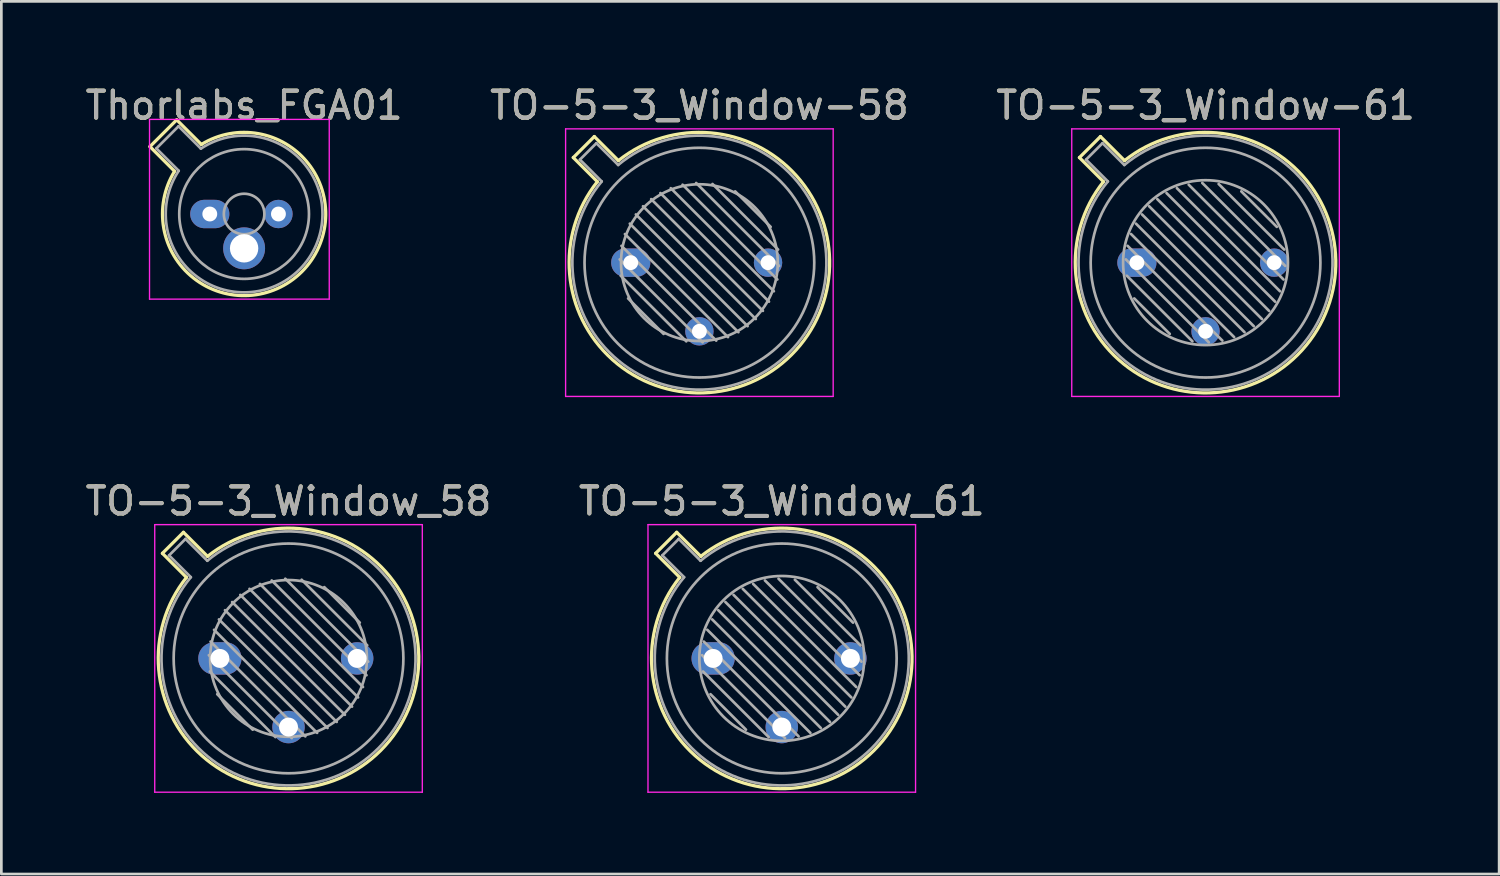
<source format=kicad_pcb>
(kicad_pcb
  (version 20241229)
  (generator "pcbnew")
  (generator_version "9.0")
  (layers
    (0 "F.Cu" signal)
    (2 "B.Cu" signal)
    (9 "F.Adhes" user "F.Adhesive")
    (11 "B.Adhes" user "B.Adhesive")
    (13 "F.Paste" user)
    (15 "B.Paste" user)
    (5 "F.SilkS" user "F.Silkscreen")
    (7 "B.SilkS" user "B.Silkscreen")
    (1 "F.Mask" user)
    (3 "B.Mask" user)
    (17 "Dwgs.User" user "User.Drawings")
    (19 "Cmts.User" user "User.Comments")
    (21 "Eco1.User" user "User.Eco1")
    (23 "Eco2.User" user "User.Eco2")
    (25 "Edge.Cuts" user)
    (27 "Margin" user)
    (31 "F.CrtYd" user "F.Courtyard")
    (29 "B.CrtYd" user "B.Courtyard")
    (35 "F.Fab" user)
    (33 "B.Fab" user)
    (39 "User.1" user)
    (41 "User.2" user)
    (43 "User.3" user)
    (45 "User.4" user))
  (footprint "TO-5-3_Window-61"
    (layer "F.Cu")
    (at 39.014 6.668)
    (property "Reference" "TO-5-3_Window-61" (at 2.54 -5.82 0) (layer "F.SilkS") (effects (font (size 1 1) (thickness 0.15))))
    (attr through_hole)
    (fp_line (start -2.126 -3.888) (end -1.235 -2.997) (stroke (width 0.12) (type solid)) (layer "F.SilkS"))
    (fp_line (start -1.348 -4.666) (end -2.126 -3.888) (stroke (width 0.12) (type solid)) (layer "F.SilkS"))
    (fp_line (start -0.457 -3.775) (end -1.348 -4.666) (stroke (width 0.12) (type solid)) (layer "F.SilkS"))
    (fp_arc (start -0.457084 -3.774902) (mid 5.948125 3.408384) (end -1.234674 -2.997371) (stroke (width 0.12) (type solid)) (layer "F.SilkS"))
    (fp_line (start -2.41 -4.95) (end -2.41 4.95) (stroke (width 0.05) (type solid)) (layer "F.CrtYd"))
    (fp_line (start -2.41 4.95) (end 7.49 4.95) (stroke (width 0.05) (type solid)) (layer "F.CrtYd"))
    (fp_line (start 7.49 -4.95) (end -2.41 -4.95) (stroke (width 0.05) (type solid)) (layer "F.CrtYd"))
    (fp_line (start 7.49 4.95) (end 7.49 -4.95) (stroke (width 0.05) (type solid)) (layer "F.CrtYd"))
    (fp_line (start -1.88 -3.812) (end -1.074 -3.005) (stroke (width 0.1) (type solid)) (layer "F.Fab"))
    (fp_line (start -1.272 -4.42) (end -1.88 -3.812) (stroke (width 0.1) (type solid)) (layer "F.Fab"))
    (fp_line (start -0.465 -3.614) (end -1.272 -4.42) (stroke (width 0.1) (type solid)) (layer "F.Fab"))
    (fp_line (start -0.408 -0.12) (end 2.66 2.948) (stroke (width 0.1) (type solid)) (layer "F.Fab"))
    (fp_line (start -0.371 0.485) (end 2.055 2.911) (stroke (width 0.1) (type solid)) (layer "F.Fab"))
    (fp_line (start -0.344 -0.622) (end 3.162 2.884) (stroke (width 0.1) (type solid)) (layer "F.Fab"))
    (fp_line (start -0.215 -1.058) (end 3.598 2.755) (stroke (width 0.1) (type solid)) (layer "F.Fab"))
    (fp_line (start -0.097 1.324) (end 1.216 2.637) (stroke (width 0.1) (type solid)) (layer "F.Fab"))
    (fp_line (start -0.034 -1.443) (end 3.983 2.574) (stroke (width 0.1) (type solid)) (layer "F.Fab"))
    (fp_line (start 0.19 -1.784) (end 4.324 2.35) (stroke (width 0.1) (type solid)) (layer "F.Fab"))
    (fp_line (start 0.454 -2.086) (end 4.626 2.086) (stroke (width 0.1) (type solid)) (layer "F.Fab"))
    (fp_line (start 0.756 -2.35) (end 4.89 1.784) (stroke (width 0.1) (type solid)) (layer "F.Fab"))
    (fp_line (start 1.097 -2.574) (end 5.114 1.443) (stroke (width 0.1) (type solid)) (layer "F.Fab"))
    (fp_line (start 1.482 -2.755) (end 5.295 1.058) (stroke (width 0.1) (type solid)) (layer "F.Fab"))
    (fp_line (start 1.918 -2.884) (end 5.424 0.622) (stroke (width 0.1) (type solid)) (layer "F.Fab"))
    (fp_line (start 2.42 -2.948) (end 5.488 0.12) (stroke (width 0.1) (type solid)) (layer "F.Fab"))
    (fp_line (start 3.025 -2.911) (end 5.451 -0.485) (stroke (width 0.1) (type solid)) (layer "F.Fab"))
    (fp_line (start 3.864 -2.637) (end 5.177 -1.324) (stroke (width 0.1) (type solid)) (layer "F.Fab"))
    (fp_arc (start -0.465408 -3.61352) (mid 5.863443 3.323361) (end -1.073594 -3.005319) (stroke (width 0.1) (type solid)) (layer "F.Fab"))
    (fp_circle (center 2.54 0) (end 5.59 0) (stroke (width 0.1) (type solid)) (fill no) (layer "F.Fab"))
    (fp_circle (center 2.54 0) (end 6.79 0) (stroke (width 0.1) (type solid)) (fill no) (layer "F.Fab"))
    (fp_text user "${REFERENCE}" (at 2.54 -5.82 0) (layer "F.Fab") (effects (font (size 1 1) (thickness 0.15))))
    (pad "1" thru_hole oval (at 0 0) (size 1.45 1.05) (drill 0.55) (layers "*.Cu" "*.Mask"))
    (pad "2" thru_hole oval (at 2.54 2.54) (size 1.05 1.05) (drill 0.55) (layers "*.Cu" "*.Mask"))
    (pad "3" thru_hole oval (at 5.08 0) (size 1.05 1.05) (drill 0.55) (layers "*.Cu" "*.Mask")))
  (footprint "TO-5-3_Window_58"
    (layer "F.Cu")
    (at 5.085 21.311)
    (property "Reference" "TO-5-3_Window_58" (at 2.54 -5.82 0) (layer "F.SilkS") (effects (font (size 1 1) (thickness 0.15))))
    (attr through_hole)
    (fp_line (start -2.126 -3.888) (end -1.235 -2.997) (stroke (width 0.12) (type solid)) (layer "F.SilkS"))
    (fp_line (start -1.348 -4.666) (end -2.126 -3.888) (stroke (width 0.12) (type solid)) (layer "F.SilkS"))
    (fp_line (start -0.457 -3.775) (end -1.348 -4.666) (stroke (width 0.12) (type solid)) (layer "F.SilkS"))
    (fp_arc (start -0.457084 -3.774902) (mid 5.948125 3.408384) (end -1.234674 -2.997371) (stroke (width 0.12) (type solid)) (layer "F.SilkS"))
    (fp_line (start -2.41 -4.95) (end -2.41 4.95) (stroke (width 0.05) (type solid)) (layer "F.CrtYd"))
    (fp_line (start -2.41 4.95) (end 7.49 4.95) (stroke (width 0.05) (type solid)) (layer "F.CrtYd"))
    (fp_line (start 7.49 -4.95) (end -2.41 -4.95) (stroke (width 0.05) (type solid)) (layer "F.CrtYd"))
    (fp_line (start 7.49 4.95) (end 7.49 -4.95) (stroke (width 0.05) (type solid)) (layer "F.CrtYd"))
    (fp_line (start -1.88 -3.812) (end -1.074 -3.005) (stroke (width 0.1) (type solid)) (layer "F.Fab"))
    (fp_line (start -1.272 -4.42) (end -1.88 -3.812) (stroke (width 0.1) (type solid)) (layer "F.Fab"))
    (fp_line (start -0.465 -3.614) (end -1.272 -4.42) (stroke (width 0.1) (type solid)) (layer "F.Fab"))
    (fp_line (start -0.408 -0.12) (end 2.66 2.948) (stroke (width 0.1) (type solid)) (layer "F.Fab"))
    (fp_line (start -0.371 0.485) (end 2.055 2.911) (stroke (width 0.1) (type solid)) (layer "F.Fab"))
    (fp_line (start -0.344 -0.622) (end 3.162 2.884) (stroke (width 0.1) (type solid)) (layer "F.Fab"))
    (fp_line (start -0.215 -1.058) (end 3.598 2.755) (stroke (width 0.1) (type solid)) (layer "F.Fab"))
    (fp_line (start -0.097 1.324) (end 1.216 2.637) (stroke (width 0.1) (type solid)) (layer "F.Fab"))
    (fp_line (start -0.034 -1.443) (end 3.983 2.574) (stroke (width 0.1) (type solid)) (layer "F.Fab"))
    (fp_line (start 0.19 -1.784) (end 4.324 2.35) (stroke (width 0.1) (type solid)) (layer "F.Fab"))
    (fp_line (start 0.454 -2.086) (end 4.626 2.086) (stroke (width 0.1) (type solid)) (layer "F.Fab"))
    (fp_line (start 0.756 -2.35) (end 4.89 1.784) (stroke (width 0.1) (type solid)) (layer "F.Fab"))
    (fp_line (start 1.097 -2.574) (end 5.114 1.443) (stroke (width 0.1) (type solid)) (layer "F.Fab"))
    (fp_line (start 1.482 -2.755) (end 5.295 1.058) (stroke (width 0.1) (type solid)) (layer "F.Fab"))
    (fp_line (start 1.918 -2.884) (end 5.424 0.622) (stroke (width 0.1) (type solid)) (layer "F.Fab"))
    (fp_line (start 2.42 -2.948) (end 5.488 0.12) (stroke (width 0.1) (type solid)) (layer "F.Fab"))
    (fp_line (start 3.025 -2.911) (end 5.451 -0.485) (stroke (width 0.1) (type solid)) (layer "F.Fab"))
    (fp_line (start 3.864 -2.637) (end 5.177 -1.324) (stroke (width 0.1) (type solid)) (layer "F.Fab"))
    (fp_arc (start -0.465408 -3.61352) (mid 5.863443 3.323361) (end -1.073594 -3.005319) (stroke (width 0.1) (type solid)) (layer "F.Fab"))
    (fp_circle (center 2.54 0) (end 5.44 0) (stroke (width 0.1) (type solid)) (fill no) (layer "F.Fab"))
    (fp_circle (center 2.54 0) (end 6.79 0) (stroke (width 0.1) (type solid)) (fill no) (layer "F.Fab"))
    (fp_text user "${REFERENCE}" (at 2.54 -5.82 0) (layer "F.Fab") (effects (font (size 1 1) (thickness 0.15))))
    (pad "1" thru_hole oval (at 0 0) (size 1.6 1.2) (drill 0.7) (layers "*.Cu" "*.Mask"))
    (pad "2" thru_hole oval (at 2.54 2.54) (size 1.2 1.2) (drill 0.7) (layers "*.Cu" "*.Mask"))
    (pad "3" thru_hole oval (at 5.08 0) (size 1.2 1.2) (drill 0.7) (layers "*.Cu" "*.Mask")))
  (footprint "TO-5-3_Window_61"
    (layer "F.Cu")
    (at 23.335 21.311)
    (property "Reference" "TO-5-3_Window_61" (at 2.54 -5.82 0) (layer "F.SilkS") (effects (font (size 1 1) (thickness 0.15))))
    (attr through_hole)
    (fp_line (start -2.126 -3.888) (end -1.235 -2.997) (stroke (width 0.12) (type solid)) (layer "F.SilkS"))
    (fp_line (start -1.348 -4.666) (end -2.126 -3.888) (stroke (width 0.12) (type solid)) (layer "F.SilkS"))
    (fp_line (start -0.457 -3.775) (end -1.348 -4.666) (stroke (width 0.12) (type solid)) (layer "F.SilkS"))
    (fp_arc (start -0.457084 -3.774902) (mid 5.948125 3.408384) (end -1.234674 -2.997371) (stroke (width 0.12) (type solid)) (layer "F.SilkS"))
    (fp_line (start -2.41 -4.95) (end -2.41 4.95) (stroke (width 0.05) (type solid)) (layer "F.CrtYd"))
    (fp_line (start -2.41 4.95) (end 7.49 4.95) (stroke (width 0.05) (type solid)) (layer "F.CrtYd"))
    (fp_line (start 7.49 -4.95) (end -2.41 -4.95) (stroke (width 0.05) (type solid)) (layer "F.CrtYd"))
    (fp_line (start 7.49 4.95) (end 7.49 -4.95) (stroke (width 0.05) (type solid)) (layer "F.CrtYd"))
    (fp_line (start -1.88 -3.812) (end -1.074 -3.005) (stroke (width 0.1) (type solid)) (layer "F.Fab"))
    (fp_line (start -1.272 -4.42) (end -1.88 -3.812) (stroke (width 0.1) (type solid)) (layer "F.Fab"))
    (fp_line (start -0.465 -3.614) (end -1.272 -4.42) (stroke (width 0.1) (type solid)) (layer "F.Fab"))
    (fp_line (start -0.408 -0.12) (end 2.66 2.948) (stroke (width 0.1) (type solid)) (layer "F.Fab"))
    (fp_line (start -0.371 0.485) (end 2.055 2.911) (stroke (width 0.1) (type solid)) (layer "F.Fab"))
    (fp_line (start -0.344 -0.622) (end 3.162 2.884) (stroke (width 0.1) (type solid)) (layer "F.Fab"))
    (fp_line (start -0.215 -1.058) (end 3.598 2.755) (stroke (width 0.1) (type solid)) (layer "F.Fab"))
    (fp_line (start -0.097 1.324) (end 1.216 2.637) (stroke (width 0.1) (type solid)) (layer "F.Fab"))
    (fp_line (start -0.034 -1.443) (end 3.983 2.574) (stroke (width 0.1) (type solid)) (layer "F.Fab"))
    (fp_line (start 0.19 -1.784) (end 4.324 2.35) (stroke (width 0.1) (type solid)) (layer "F.Fab"))
    (fp_line (start 0.454 -2.086) (end 4.626 2.086) (stroke (width 0.1) (type solid)) (layer "F.Fab"))
    (fp_line (start 0.756 -2.35) (end 4.89 1.784) (stroke (width 0.1) (type solid)) (layer "F.Fab"))
    (fp_line (start 1.097 -2.574) (end 5.114 1.443) (stroke (width 0.1) (type solid)) (layer "F.Fab"))
    (fp_line (start 1.482 -2.755) (end 5.295 1.058) (stroke (width 0.1) (type solid)) (layer "F.Fab"))
    (fp_line (start 1.918 -2.884) (end 5.424 0.622) (stroke (width 0.1) (type solid)) (layer "F.Fab"))
    (fp_line (start 2.42 -2.948) (end 5.488 0.12) (stroke (width 0.1) (type solid)) (layer "F.Fab"))
    (fp_line (start 3.025 -2.911) (end 5.451 -0.485) (stroke (width 0.1) (type solid)) (layer "F.Fab"))
    (fp_line (start 3.864 -2.637) (end 5.177 -1.324) (stroke (width 0.1) (type solid)) (layer "F.Fab"))
    (fp_arc (start -0.465408 -3.61352) (mid 5.863443 3.323361) (end -1.073594 -3.005319) (stroke (width 0.1) (type solid)) (layer "F.Fab"))
    (fp_circle (center 2.54 0) (end 5.59 0) (stroke (width 0.1) (type solid)) (fill no) (layer "F.Fab"))
    (fp_circle (center 2.54 0) (end 6.79 0) (stroke (width 0.1) (type solid)) (fill no) (layer "F.Fab"))
    (fp_text user "${REFERENCE}" (at 2.54 -5.82 0) (layer "F.Fab") (effects (font (size 1 1) (thickness 0.15))))
    (pad "1" thru_hole oval (at 0 0) (size 1.6 1.2) (drill 0.7) (layers "*.Cu" "*.Mask"))
    (pad "2" thru_hole oval (at 2.54 2.54) (size 1.2 1.2) (drill 0.7) (layers "*.Cu" "*.Mask"))
    (pad "3" thru_hole oval (at 5.08 0) (size 1.2 1.2) (drill 0.7) (layers "*.Cu" "*.Mask")))
  (footprint "Thorlabs_FGA01"
    (layer "F.Cu")
    (at 4.712 4.868)
    (property "Reference" "Thorlabs_FGA01" (at 1.27 -4.02 0) (layer "F.SilkS") (effects (font (size 1 1) (thickness 0.15))))
    (attr through_hole)
    (fp_line (start -2.214 -2.494) (end -1.302 -1.582) (stroke (width 0.12) (type solid)) (layer "F.SilkS"))
    (fp_line (start -1.224 -3.484) (end -2.214 -2.494) (stroke (width 0.12) (type solid)) (layer "F.SilkS"))
    (fp_line (start -0.312 -2.572) (end -1.224 -3.484) (stroke (width 0.12) (type solid)) (layer "F.SilkS"))
    (fp_arc (start -0.312331 -2.572281) (mid 3.405374 2.135551) (end -1.30215 -1.582544) (stroke (width 0.12) (type solid)) (layer "F.SilkS"))
    (fp_line (start -2.23 -3.5) (end -2.23 3.15) (stroke (width 0.05) (type solid)) (layer "F.CrtYd"))
    (fp_line (start -2.23 3.15) (end 4.42 3.15) (stroke (width 0.05) (type solid)) (layer "F.CrtYd"))
    (fp_line (start 4.42 -3.5) (end -2.23 -3.5) (stroke (width 0.05) (type solid)) (layer "F.CrtYd"))
    (fp_line (start 4.42 3.15) (end 4.42 -3.5) (stroke (width 0.05) (type solid)) (layer "F.CrtYd"))
    (fp_line (start -1.977 -2.426) (end -1.149 -1.599) (stroke (width 0.1) (type solid)) (layer "F.Fab"))
    (fp_line (start -1.156 -3.247) (end -1.977 -2.426) (stroke (width 0.1) (type solid)) (layer "F.Fab"))
    (fp_line (start -0.329 -2.419) (end -1.156 -3.247) (stroke (width 0.1) (type solid)) (layer "F.Fab"))
    (fp_arc (start -0.329057 -2.419301) (mid 3.321076 2.050143) (end -1.150029 -1.597956) (stroke (width 0.1) (type solid)) (layer "F.Fab"))
    (fp_circle (center 1.27 0) (end 2.02 0) (stroke (width 0.1) (type solid)) (fill no) (layer "F.Fab"))
    (fp_circle (center 1.27 0) (end 3.67 0) (stroke (width 0.1) (type solid)) (fill no) (layer "F.Fab"))
    (fp_text user "${REFERENCE}" (at 1.27 -4.02 0) (layer "F.Fab") (effects (font (size 1 1) (thickness 0.15))))
    (pad "1" thru_hole oval (at 0 0) (size 1.45 1.05) (drill 0.55) (layers "*.Cu" "*.Mask"))
    (pad "2" thru_hole oval (at 1.27 1.27) (size 1.55 1.55) (drill 1.05) (layers "*.Cu" "*.Mask"))
    (pad "3" thru_hole oval (at 2.54 0) (size 1.05 1.05) (drill 0.55) (layers "*.Cu" "*.Mask")))
  (footprint "TO-5-3_Window-58"
    (layer "F.Cu")
    (at 20.287 6.668)
    (property "Reference" "TO-5-3_Window-58" (at 2.54 -5.82 0) (layer "F.SilkS") (effects (font (size 1 1) (thickness 0.15))))
    (attr through_hole)
    (fp_line (start -2.126 -3.888) (end -1.235 -2.997) (stroke (width 0.12) (type solid)) (layer "F.SilkS"))
    (fp_line (start -1.348 -4.666) (end -2.126 -3.888) (stroke (width 0.12) (type solid)) (layer "F.SilkS"))
    (fp_line (start -0.457 -3.775) (end -1.348 -4.666) (stroke (width 0.12) (type solid)) (layer "F.SilkS"))
    (fp_arc (start -0.457084 -3.774902) (mid 5.948125 3.408384) (end -1.234674 -2.997371) (stroke (width 0.12) (type solid)) (layer "F.SilkS"))
    (fp_line (start -2.41 -4.95) (end -2.41 4.95) (stroke (width 0.05) (type solid)) (layer "F.CrtYd"))
    (fp_line (start -2.41 4.95) (end 7.49 4.95) (stroke (width 0.05) (type solid)) (layer "F.CrtYd"))
    (fp_line (start 7.49 -4.95) (end -2.41 -4.95) (stroke (width 0.05) (type solid)) (layer "F.CrtYd"))
    (fp_line (start 7.49 4.95) (end 7.49 -4.95) (stroke (width 0.05) (type solid)) (layer "F.CrtYd"))
    (fp_line (start -1.88 -3.812) (end -1.074 -3.005) (stroke (width 0.1) (type solid)) (layer "F.Fab"))
    (fp_line (start -1.272 -4.42) (end -1.88 -3.812) (stroke (width 0.1) (type solid)) (layer "F.Fab"))
    (fp_line (start -0.465 -3.614) (end -1.272 -4.42) (stroke (width 0.1) (type solid)) (layer "F.Fab"))
    (fp_line (start -0.408 -0.12) (end 2.66 2.948) (stroke (width 0.1) (type solid)) (layer "F.Fab"))
    (fp_line (start -0.371 0.485) (end 2.055 2.911) (stroke (width 0.1) (type solid)) (layer "F.Fab"))
    (fp_line (start -0.344 -0.622) (end 3.162 2.884) (stroke (width 0.1) (type solid)) (layer "F.Fab"))
    (fp_line (start -0.215 -1.058) (end 3.598 2.755) (stroke (width 0.1) (type solid)) (layer "F.Fab"))
    (fp_line (start -0.097 1.324) (end 1.216 2.637) (stroke (width 0.1) (type solid)) (layer "F.Fab"))
    (fp_line (start -0.034 -1.443) (end 3.983 2.574) (stroke (width 0.1) (type solid)) (layer "F.Fab"))
    (fp_line (start 0.19 -1.784) (end 4.324 2.35) (stroke (width 0.1) (type solid)) (layer "F.Fab"))
    (fp_line (start 0.454 -2.086) (end 4.626 2.086) (stroke (width 0.1) (type solid)) (layer "F.Fab"))
    (fp_line (start 0.756 -2.35) (end 4.89 1.784) (stroke (width 0.1) (type solid)) (layer "F.Fab"))
    (fp_line (start 1.097 -2.574) (end 5.114 1.443) (stroke (width 0.1) (type solid)) (layer "F.Fab"))
    (fp_line (start 1.482 -2.755) (end 5.295 1.058) (stroke (width 0.1) (type solid)) (layer "F.Fab"))
    (fp_line (start 1.918 -2.884) (end 5.424 0.622) (stroke (width 0.1) (type solid)) (layer "F.Fab"))
    (fp_line (start 2.42 -2.948) (end 5.488 0.12) (stroke (width 0.1) (type solid)) (layer "F.Fab"))
    (fp_line (start 3.025 -2.911) (end 5.451 -0.485) (stroke (width 0.1) (type solid)) (layer "F.Fab"))
    (fp_line (start 3.864 -2.637) (end 5.177 -1.324) (stroke (width 0.1) (type solid)) (layer "F.Fab"))
    (fp_arc (start -0.465408 -3.61352) (mid 5.863443 3.323361) (end -1.073594 -3.005319) (stroke (width 0.1) (type solid)) (layer "F.Fab"))
    (fp_circle (center 2.54 0) (end 5.44 0) (stroke (width 0.1) (type solid)) (fill no) (layer "F.Fab"))
    (fp_circle (center 2.54 0) (end 6.79 0) (stroke (width 0.1) (type solid)) (fill no) (layer "F.Fab"))
    (fp_text user "${REFERENCE}" (at 2.54 -5.82 0) (layer "F.Fab") (effects (font (size 1 1) (thickness 0.15))))
    (pad "1" thru_hole oval (at 0 0) (size 1.45 1.05) (drill 0.55) (layers "*.Cu" "*.Mask"))
    (pad "2" thru_hole oval (at 2.54 2.54) (size 1.05 1.05) (drill 0.55) (layers "*.Cu" "*.Mask"))
    (pad "3" thru_hole oval (at 5.08 0) (size 1.05 1.05) (drill 0.55) (layers "*.Cu" "*.Mask")))
  (gr_rect
    (start -3 -3)
    (end 52.417 29.287)
    (stroke (width 0.1) (type default))
    (fill no)
    (layer "Edge.Cuts")))
</source>
